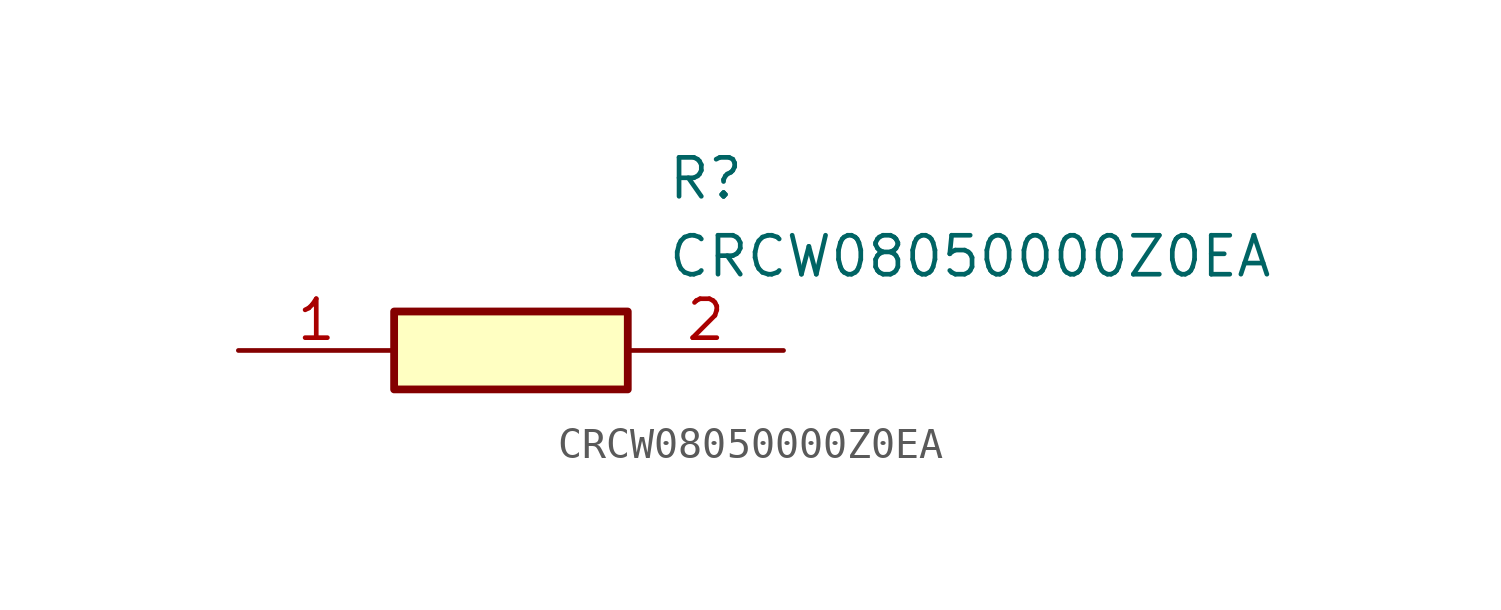
<source format=kicad_sym>
(kicad_symbol_lib
  (version 20211014)
  (generator SamacSys_ECAD_Model)
  (symbol "CRCW08050000Z0EA"
    (pin_names hide)
    (property "Reference" "R"
      (at 13.97 6.35 0)
      (effects (font (size 1.27 1.27)) (justify left top)))
    (property "Value" "CRCW08050000Z0EA"
      (at 13.97 3.81 0)
      (effects (font (size 1.27 1.27)) (justify left top)))
    (rectangle
      (start 5.08 1.27)
      (end 12.7 -1.27)
      (stroke (width 0.254) (type default))
      (fill (type background)))
    (pin passive line
      (at 0 0 0)
      (length 5.08)
      (name "1" (effects (font (size 1.27 1.27))))
      (number "1" (effects (font (size 1.27 1.27)))))
    (pin passive line
      (at 17.78 0 180)
      (length 5.08)
      (name "2" (effects (font (size 1.27 1.27))))
      (number "2" (effects (font (size 1.27 1.27)))))))
</source>
